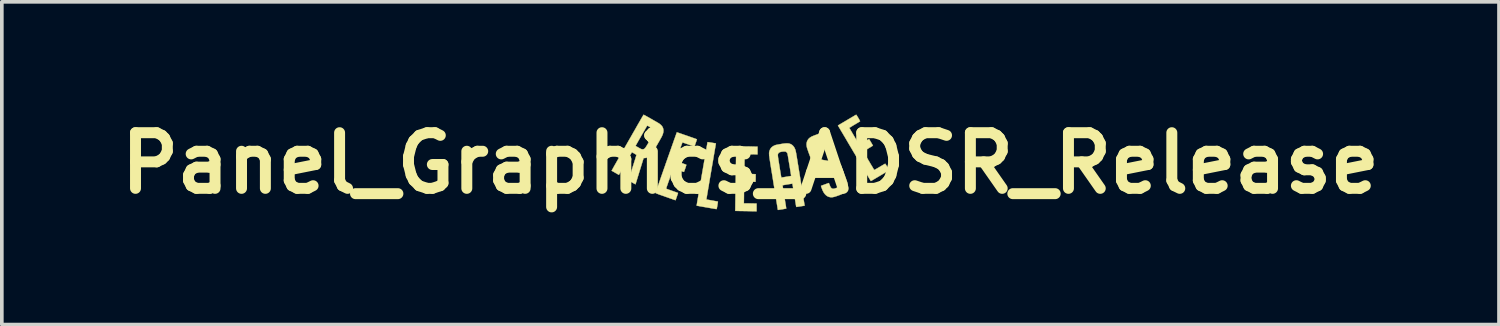
<source format=kicad_pcb>
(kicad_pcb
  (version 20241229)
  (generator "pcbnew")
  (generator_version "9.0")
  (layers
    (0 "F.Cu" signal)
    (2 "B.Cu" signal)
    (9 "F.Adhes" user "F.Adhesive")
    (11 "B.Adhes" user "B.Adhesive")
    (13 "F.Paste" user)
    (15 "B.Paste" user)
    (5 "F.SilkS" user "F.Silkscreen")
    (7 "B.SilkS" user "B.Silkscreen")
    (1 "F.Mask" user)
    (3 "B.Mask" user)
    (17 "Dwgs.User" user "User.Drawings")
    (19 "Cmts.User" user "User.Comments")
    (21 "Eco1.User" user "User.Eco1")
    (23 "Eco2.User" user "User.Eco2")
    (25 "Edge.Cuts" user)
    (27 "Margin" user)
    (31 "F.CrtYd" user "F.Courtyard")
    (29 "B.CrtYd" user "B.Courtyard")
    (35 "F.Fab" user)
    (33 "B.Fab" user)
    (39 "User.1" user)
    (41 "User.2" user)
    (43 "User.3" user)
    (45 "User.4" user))
  (footprint "Panel_Graphics_ADSR_Release"
    (layer "F.Cu")
    (at 17.497 1.418)
    (property "Reference" "Panel_Graphics_ADSR_Release" (at 0 0 0) (layer "F.SilkS") (effects (font (size 1.524 1.524) (thickness 0.3))))
    (attr through_hole)
    (fp_poly (pts (xy -0.21 -0.46) (xy -0.167 -0.459) (xy -0.121 -0.458) (xy -0.074 -0.458) (xy -0.028 -0.457) (xy 0.014 -0.456) (xy 0.052 -0.455) (xy 0.079 -0.454) (xy 0.195 -0.452) (xy 0.195 -0.242) (xy 0.02 -0.244) (xy -0.155 -0.247) (xy -0.158 -0.175) (xy -0.159 -0.156) (xy -0.159 -0.129) (xy -0.16 -0.097) (xy -0.161 -0.059) (xy -0.162 -0.019) (xy -0.162 0.024) (xy -0.163 0.068) (xy -0.164 0.096) (xy -0.166 0.296) (xy -0.059 0.296) (xy -0.026 0.296) (xy 0.007 0.297) (xy 0.038 0.297) (xy 0.065 0.298) (xy 0.087 0.299) (xy 0.096 0.299) (xy 0.144 0.302) (xy 0.144 0.375) (xy 0.144 0.401) (xy 0.143 0.428) (xy 0.143 0.452) (xy 0.142 0.471) (xy 0.141 0.479) (xy 0.139 0.511) (xy 0.079 0.509) (xy 0.056 0.509) (xy 0.026 0.508) (xy -0.007 0.508) (xy -0.04 0.507) (xy -0.073 0.507) (xy -0.075 0.507) (xy -0.168 0.505) (xy -0.171 0.58) (xy -0.171 0.599) (xy -0.172 0.625) (xy -0.173 0.658) (xy -0.173 0.695) (xy -0.174 0.737) (xy -0.175 0.781) (xy -0.176 0.826) (xy -0.176 0.872) (xy -0.176 0.877) (xy -0.179 1.101) (xy -0.11 1.101) (xy -0.084 1.101) (xy -0.053 1.101) (xy -0.018 1.102) (xy 0.018 1.102) (xy 0.053 1.103) (xy 0.065 1.103) (xy 0.169 1.106) (xy 0.169 1.317) (xy 0.12 1.316) (xy 0.106 1.316) (xy 0.085 1.315) (xy 0.057 1.315) (xy 0.024 1.314) (xy -0.014 1.314) (xy -0.055 1.313) (xy -0.099 1.312) (xy -0.145 1.312) (xy -0.171 1.311) (xy -0.216 1.31) (xy -0.258 1.31) (xy -0.296 1.309) (xy -0.33 1.308) (xy -0.36 1.307) (xy -0.384 1.307) (xy -0.401 1.306) (xy -0.412 1.306) (xy -0.415 1.305) (xy -0.415 1.301) (xy -0.415 1.289) (xy -0.415 1.269) (xy -0.414 1.242) (xy -0.414 1.209) (xy -0.413 1.169) (xy -0.413 1.124) (xy -0.412 1.074) (xy -0.411 1.019) (xy -0.411 0.96) (xy -0.41 0.898) (xy -0.409 0.832) (xy -0.408 0.764) (xy -0.407 0.693) (xy -0.406 0.621) (xy -0.404 0.547) (xy -0.403 0.473) (xy -0.402 0.398) (xy -0.401 0.324) (xy -0.4 0.25) (xy -0.398 0.177) (xy -0.397 0.106) (xy -0.396 0.038) (xy -0.395 -0.029) (xy -0.394 -0.092) (xy -0.393 -0.151) (xy -0.392 -0.207) (xy -0.391 -0.258) (xy -0.39 -0.304) (xy -0.389 -0.345) (xy -0.389 -0.379) (xy -0.388 -0.407) (xy -0.387 -0.429) (xy -0.387 -0.442) (xy -0.387 -0.448) (xy -0.387 -0.448) (xy -0.385 -0.463) (xy -0.21 -0.46)) (stroke (width 0.01) (type solid)) (fill yes) (layer "F.SilkS"))
    (fp_poly (pts (xy -1.169 -0.576) (xy -1.157 -0.575) (xy -1.14 -0.573) (xy -1.118 -0.57) (xy -1.094 -0.566) (xy -1.068 -0.562) (xy -1.041 -0.557) (xy -1.015 -0.553) (xy -0.991 -0.549) (xy -0.971 -0.546) (xy -0.956 -0.543) (xy -0.947 -0.541) (xy -0.945 -0.54) (xy -0.946 -0.536) (xy -0.948 -0.524) (xy -0.951 -0.504) (xy -0.956 -0.478) (xy -0.961 -0.444) (xy -0.968 -0.404) (xy -0.976 -0.359) (xy -0.985 -0.308) (xy -0.994 -0.252) (xy -1.005 -0.191) (xy -1.016 -0.126) (xy -1.027 -0.057) (xy -1.04 0.015) (xy -1.053 0.09) (xy -1.066 0.167) (xy -1.076 0.226) (xy -1.09 0.305) (xy -1.103 0.382) (xy -1.116 0.456) (xy -1.128 0.528) (xy -1.139 0.596) (xy -1.15 0.659) (xy -1.16 0.719) (xy -1.169 0.774) (xy -1.178 0.824) (xy -1.185 0.868) (xy -1.191 0.906) (xy -1.197 0.938) (xy -1.201 0.963) (xy -1.203 0.981) (xy -1.205 0.991) (xy -1.205 0.993) (xy -1.2 0.995) (xy -1.188 0.997) (xy -1.17 1.001) (xy -1.146 1.005) (xy -1.117 1.01) (xy -1.085 1.016) (xy -1.05 1.022) (xy -1.047 1.023) (xy -1.012 1.029) (xy -0.98 1.035) (xy -0.951 1.04) (xy -0.926 1.044) (xy -0.908 1.048) (xy -0.895 1.05) (xy -0.89 1.052) (xy -0.89 1.052) (xy -0.89 1.056) (xy -0.891 1.068) (xy -0.894 1.085) (xy -0.897 1.107) (xy -0.901 1.132) (xy -0.901 1.133) (xy -0.907 1.169) (xy -0.912 1.197) (xy -0.916 1.218) (xy -0.919 1.234) (xy -0.921 1.244) (xy -0.924 1.251) (xy -0.926 1.255) (xy -0.928 1.257) (xy -0.93 1.257) (xy -0.931 1.257) (xy -0.936 1.256) (xy -0.949 1.254) (xy -0.969 1.251) (xy -0.995 1.246) (xy -1.026 1.241) (xy -1.062 1.235) (xy -1.102 1.228) (xy -1.146 1.22) (xy -1.192 1.212) (xy -1.204 1.21) (xy -1.25 1.202) (xy -1.294 1.195) (xy -1.335 1.187) (xy -1.372 1.181) (xy -1.404 1.175) (xy -1.43 1.17) (xy -1.451 1.167) (xy -1.465 1.164) (xy -1.472 1.163) (xy -1.472 1.163) (xy -1.471 1.158) (xy -1.47 1.146) (xy -1.466 1.127) (xy -1.462 1.1) (xy -1.457 1.067) (xy -1.45 1.028) (xy -1.443 0.984) (xy -1.434 0.934) (xy -1.425 0.88) (xy -1.415 0.822) (xy -1.405 0.761) (xy -1.393 0.696) (xy -1.382 0.628) (xy -1.37 0.559) (xy -1.358 0.487) (xy -1.345 0.414) (xy -1.333 0.341) (xy -1.32 0.267) (xy -1.307 0.194) (xy -1.295 0.121) (xy -1.282 0.049) (xy -1.27 -0.022) (xy -1.258 -0.09) (xy -1.247 -0.156) (xy -1.236 -0.218) (xy -1.226 -0.277) (xy -1.216 -0.333) (xy -1.207 -0.384) (xy -1.199 -0.43) (xy -1.192 -0.47) (xy -1.186 -0.505) (xy -1.181 -0.533) (xy -1.177 -0.555) (xy -1.175 -0.569) (xy -1.173 -0.576) (xy -1.173 -0.577) (xy -1.169 -0.576)) (stroke (width 0.01) (type solid)) (fill yes) (layer "F.SilkS"))
    (fp_poly (pts (xy 2.9 -1.323) (xy 2.904 -1.318) (xy 2.911 -1.309) (xy 2.919 -1.295) (xy 2.931 -1.276) (xy 2.946 -1.251) (xy 2.953 -1.24) (xy 2.967 -1.215) (xy 2.98 -1.193) (xy 2.99 -1.173) (xy 2.998 -1.159) (xy 3.002 -1.15) (xy 3.003 -1.147) (xy 2.998 -1.144) (xy 2.988 -1.137) (xy 2.971 -1.127) (xy 2.95 -1.114) (xy 2.924 -1.099) (xy 2.896 -1.082) (xy 2.864 -1.063) (xy 2.853 -1.057) (xy 2.821 -1.038) (xy 2.792 -1.02) (xy 2.766 -1.004) (xy 2.744 -0.99) (xy 2.726 -0.979) (xy 2.714 -0.971) (xy 2.708 -0.967) (xy 2.708 -0.967) (xy 2.71 -0.962) (xy 2.716 -0.952) (xy 2.726 -0.935) (xy 2.738 -0.914) (xy 2.753 -0.888) (xy 2.771 -0.859) (xy 2.789 -0.827) (xy 2.809 -0.793) (xy 2.83 -0.758) (xy 2.851 -0.722) (xy 2.872 -0.687) (xy 2.892 -0.653) (xy 2.912 -0.62) (xy 2.929 -0.591) (xy 2.945 -0.564) (xy 2.958 -0.542) (xy 2.969 -0.524) (xy 2.976 -0.513) (xy 2.98 -0.507) (xy 2.98 -0.507) (xy 2.984 -0.508) (xy 2.995 -0.513) (xy 3.011 -0.522) (xy 3.032 -0.534) (xy 3.057 -0.548) (xy 3.085 -0.564) (xy 3.115 -0.582) (xy 3.116 -0.582) (xy 3.146 -0.6) (xy 3.174 -0.616) (xy 3.199 -0.631) (xy 3.219 -0.643) (xy 3.235 -0.652) (xy 3.246 -0.658) (xy 3.249 -0.659) (xy 3.249 -0.659) (xy 3.252 -0.655) (xy 3.258 -0.645) (xy 3.267 -0.63) (xy 3.278 -0.612) (xy 3.291 -0.591) (xy 3.304 -0.569) (xy 3.316 -0.547) (xy 3.329 -0.526) (xy 3.339 -0.508) (xy 3.347 -0.494) (xy 3.353 -0.485) (xy 3.354 -0.482) (xy 3.351 -0.479) (xy 3.341 -0.473) (xy 3.326 -0.463) (xy 3.305 -0.45) (xy 3.281 -0.435) (xy 3.253 -0.419) (xy 3.226 -0.403) (xy 3.196 -0.385) (xy 3.169 -0.368) (xy 3.144 -0.354) (xy 3.123 -0.341) (xy 3.107 -0.331) (xy 3.097 -0.325) (xy 3.094 -0.323) (xy 3.095 -0.318) (xy 3.101 -0.307) (xy 3.11 -0.289) (xy 3.123 -0.266) (xy 3.14 -0.236) (xy 3.16 -0.201) (xy 3.183 -0.161) (xy 3.209 -0.117) (xy 3.238 -0.068) (xy 3.239 -0.067) (xy 3.264 -0.025) (xy 3.287 0.015) (xy 3.309 0.052) (xy 3.33 0.086) (xy 3.348 0.116) (xy 3.363 0.142) (xy 3.375 0.162) (xy 3.384 0.177) (xy 3.389 0.185) (xy 3.39 0.187) (xy 3.394 0.185) (xy 3.405 0.18) (xy 3.421 0.171) (xy 3.442 0.159) (xy 3.468 0.145) (xy 3.496 0.128) (xy 3.528 0.11) (xy 3.539 0.103) (xy 3.571 0.084) (xy 3.601 0.066) (xy 3.628 0.05) (xy 3.651 0.037) (xy 3.669 0.026) (xy 3.682 0.019) (xy 3.689 0.015) (xy 3.689 0.014) (xy 3.693 0.017) (xy 3.7 0.026) (xy 3.709 0.039) (xy 3.715 0.05) (xy 3.726 0.068) (xy 3.739 0.09) (xy 3.754 0.115) (xy 3.768 0.138) (xy 3.769 0.14) (xy 3.8 0.193) (xy 3.624 0.297) (xy 3.586 0.32) (xy 3.547 0.343) (xy 3.509 0.366) (xy 3.472 0.387) (xy 3.439 0.407) (xy 3.41 0.424) (xy 3.386 0.438) (xy 3.373 0.446) (xy 3.298 0.49) (xy 3.284 0.466) (xy 3.28 0.46) (xy 3.272 0.447) (xy 3.261 0.428) (xy 3.245 0.402) (xy 3.227 0.371) (xy 3.205 0.334) (xy 3.18 0.292) (xy 3.152 0.245) (xy 3.122 0.194) (xy 3.09 0.139) (xy 3.055 0.08) (xy 3.018 0.018) (xy 2.98 -0.046) (xy 2.94 -0.114) (xy 2.899 -0.183) (xy 2.858 -0.254) (xy 2.815 -0.325) (xy 2.774 -0.395) (xy 2.734 -0.463) (xy 2.695 -0.528) (xy 2.658 -0.591) (xy 2.623 -0.651) (xy 2.59 -0.707) (xy 2.559 -0.759) (xy 2.531 -0.807) (xy 2.505 -0.85) (xy 2.482 -0.889) (xy 2.463 -0.921) (xy 2.447 -0.949) (xy 2.434 -0.969) (xy 2.426 -0.984) (xy 2.421 -0.991) (xy 2.397 -1.032) (xy 2.639 -1.175) (xy 2.68 -1.2) (xy 2.72 -1.223) (xy 2.757 -1.245) (xy 2.791 -1.265) (xy 2.821 -1.283) (xy 2.846 -1.298) (xy 2.866 -1.31) (xy 2.881 -1.318) (xy 2.889 -1.323) (xy 2.89 -1.324) (xy 2.893 -1.325) (xy 2.896 -1.326) (xy 2.9 -1.323)) (stroke (width 0.01) (type solid)) (fill yes) (layer "F.SilkS"))
    (fp_poly (pts (xy -2.01 -0.844) (xy -1.998 -0.84) (xy -1.981 -0.834) (xy -1.957 -0.827) (xy -1.929 -0.817) (xy -1.897 -0.806) (xy -1.862 -0.794) (xy -1.824 -0.78) (xy -1.784 -0.767) (xy -1.744 -0.753) (xy -1.703 -0.739) (xy -1.664 -0.725) (xy -1.625 -0.711) (xy -1.589 -0.699) (xy -1.556 -0.687) (xy -1.527 -0.677) (xy -1.503 -0.668) (xy -1.484 -0.661) (xy -1.471 -0.656) (xy -1.466 -0.654) (xy -1.465 -0.654) (xy -1.466 -0.65) (xy -1.47 -0.639) (xy -1.475 -0.623) (xy -1.481 -0.603) (xy -1.489 -0.58) (xy -1.498 -0.556) (xy -1.506 -0.532) (xy -1.514 -0.509) (xy -1.521 -0.489) (xy -1.527 -0.474) (xy -1.531 -0.463) (xy -1.533 -0.46) (xy -1.538 -0.46) (xy -1.549 -0.463) (xy -1.567 -0.469) (xy -1.591 -0.476) (xy -1.619 -0.486) (xy -1.65 -0.496) (xy -1.685 -0.508) (xy -1.694 -0.511) (xy -1.729 -0.524) (xy -1.762 -0.535) (xy -1.791 -0.545) (xy -1.816 -0.554) (xy -1.836 -0.561) (xy -1.85 -0.566) (xy -1.858 -0.568) (xy -1.858 -0.568) (xy -1.86 -0.566) (xy -1.864 -0.56) (xy -1.869 -0.548) (xy -1.876 -0.531) (xy -1.885 -0.508) (xy -1.895 -0.479) (xy -1.908 -0.443) (xy -1.924 -0.401) (xy -1.942 -0.351) (xy -1.954 -0.315) (xy -1.97 -0.271) (xy -1.984 -0.229) (xy -1.998 -0.191) (xy -2.01 -0.156) (xy -2.021 -0.125) (xy -2.03 -0.1) (xy -2.036 -0.08) (xy -2.041 -0.067) (xy -2.043 -0.061) (xy -2.043 -0.06) (xy -2.039 -0.059) (xy -2.028 -0.055) (xy -2.01 -0.048) (xy -1.988 -0.04) (xy -1.961 -0.031) (xy -1.93 -0.02) (xy -1.899 -0.009) (xy -1.866 0.003) (xy -1.836 0.013) (xy -1.809 0.023) (xy -1.786 0.031) (xy -1.769 0.038) (xy -1.758 0.042) (xy -1.754 0.044) (xy -1.755 0.048) (xy -1.758 0.059) (xy -1.763 0.076) (xy -1.769 0.096) (xy -1.777 0.119) (xy -1.785 0.143) (xy -1.793 0.167) (xy -1.801 0.189) (xy -1.808 0.209) (xy -1.814 0.225) (xy -1.818 0.235) (xy -1.82 0.238) (xy -1.825 0.238) (xy -1.836 0.234) (xy -1.854 0.229) (xy -1.877 0.221) (xy -1.904 0.212) (xy -1.935 0.202) (xy -1.968 0.19) (xy -2.001 0.179) (xy -2.032 0.168) (xy -2.059 0.159) (xy -2.082 0.151) (xy -2.099 0.145) (xy -2.11 0.142) (xy -2.114 0.141) (xy -2.114 0.141) (xy -2.116 0.145) (xy -2.12 0.156) (xy -2.126 0.174) (xy -2.135 0.197) (xy -2.145 0.226) (xy -2.156 0.258) (xy -2.168 0.294) (xy -2.182 0.332) (xy -2.196 0.371) (xy -2.21 0.412) (xy -2.224 0.453) (xy -2.238 0.493) (xy -2.252 0.531) (xy -2.264 0.568) (xy -2.276 0.601) (xy -2.286 0.63) (xy -2.295 0.655) (xy -2.301 0.674) (xy -2.306 0.687) (xy -2.308 0.694) (xy -2.308 0.694) (xy -2.306 0.696) (xy -2.298 0.701) (xy -2.284 0.707) (xy -2.264 0.715) (xy -2.237 0.725) (xy -2.202 0.737) (xy -2.161 0.752) (xy -2.146 0.757) (xy -2.111 0.769) (xy -2.078 0.781) (xy -2.049 0.791) (xy -2.024 0.8) (xy -2.004 0.807) (xy -1.99 0.812) (xy -1.983 0.815) (xy -1.982 0.815) (xy -1.983 0.819) (xy -1.986 0.83) (xy -1.991 0.846) (xy -1.998 0.866) (xy -2.006 0.889) (xy -2.014 0.913) (xy -2.023 0.937) (xy -2.031 0.961) (xy -2.038 0.981) (xy -2.044 0.998) (xy -2.048 1.009) (xy -2.05 1.014) (xy -2.05 1.014) (xy -2.054 1.013) (xy -2.066 1.009) (xy -2.084 1.003) (xy -2.108 0.995) (xy -2.137 0.984) (xy -2.171 0.972) (xy -2.21 0.959) (xy -2.251 0.944) (xy -2.296 0.928) (xy -2.324 0.919) (xy -2.378 0.899) (xy -2.425 0.883) (xy -2.465 0.869) (xy -2.498 0.857) (xy -2.526 0.847) (xy -2.548 0.838) (xy -2.565 0.832) (xy -2.578 0.826) (xy -2.587 0.822) (xy -2.593 0.819) (xy -2.596 0.816) (xy -2.597 0.814) (xy -2.597 0.814) (xy -2.595 0.81) (xy -2.591 0.798) (xy -2.585 0.779) (xy -2.576 0.753) (xy -2.565 0.721) (xy -2.552 0.683) (xy -2.537 0.64) (xy -2.52 0.593) (xy -2.502 0.541) (xy -2.482 0.485) (xy -2.462 0.426) (xy -2.44 0.363) (xy -2.417 0.298) (xy -2.394 0.232) (xy -2.37 0.163) (xy -2.345 0.094) (xy -2.321 0.023) (xy -2.296 -0.047) (xy -2.271 -0.118) (xy -2.247 -0.187) (xy -2.222 -0.256) (xy -2.199 -0.323) (xy -2.176 -0.388) (xy -2.154 -0.451) (xy -2.133 -0.51) (xy -2.113 -0.566) (xy -2.095 -0.619) (xy -2.078 -0.667) (xy -2.062 -0.71) (xy -2.049 -0.748) (xy -2.037 -0.781) (xy -2.028 -0.807) (xy -2.021 -0.827) (xy -2.016 -0.84) (xy -2.014 -0.845) (xy -2.014 -0.845) (xy -2.01 -0.844)) (stroke (width 0.01) (type solid)) (fill yes) (layer "F.SilkS"))
    (fp_poly (pts (xy 2.02 -0.824) (xy 2.062 -0.814) (xy 2.1 -0.797) (xy 2.135 -0.772) (xy 2.166 -0.739) (xy 2.186 -0.712) (xy 2.195 -0.698) (xy 2.203 -0.685) (xy 2.21 -0.671) (xy 2.217 -0.656) (xy 2.225 -0.637) (xy 2.234 -0.615) (xy 2.245 -0.587) (xy 2.258 -0.553) (xy 2.26 -0.546) (xy 2.293 -0.455) (xy 2.186 -0.416) (xy 2.157 -0.405) (xy 2.131 -0.396) (xy 2.109 -0.389) (xy 2.091 -0.383) (xy 2.079 -0.38) (xy 2.074 -0.379) (xy 2.074 -0.38) (xy 2.072 -0.384) (xy 2.067 -0.396) (xy 2.061 -0.413) (xy 2.053 -0.434) (xy 2.045 -0.455) (xy 2.034 -0.486) (xy 2.024 -0.51) (xy 2.017 -0.528) (xy 2.01 -0.542) (xy 2.004 -0.553) (xy 1.997 -0.561) (xy 1.99 -0.569) (xy 1.985 -0.573) (xy 1.967 -0.585) (xy 1.947 -0.591) (xy 1.925 -0.592) (xy 1.898 -0.587) (xy 1.866 -0.577) (xy 1.864 -0.576) (xy 1.836 -0.564) (xy 1.815 -0.552) (xy 1.8 -0.539) (xy 1.791 -0.524) (xy 1.788 -0.519) (xy 1.785 -0.509) (xy 1.783 -0.499) (xy 1.782 -0.488) (xy 1.783 -0.475) (xy 1.786 -0.46) (xy 1.791 -0.441) (xy 1.798 -0.418) (xy 1.807 -0.391) (xy 1.819 -0.357) (xy 1.834 -0.316) (xy 1.84 -0.298) (xy 1.856 -0.256) (xy 1.87 -0.22) (xy 1.881 -0.191) (xy 1.89 -0.167) (xy 1.898 -0.149) (xy 1.904 -0.135) (xy 1.909 -0.125) (xy 1.914 -0.118) (xy 1.918 -0.112) (xy 1.922 -0.109) (xy 1.924 -0.108) (xy 1.933 -0.103) (xy 1.944 -0.099) (xy 1.961 -0.094) (xy 1.981 -0.089) (xy 2.008 -0.084) (xy 2.04 -0.079) (xy 2.08 -0.072) (xy 2.127 -0.065) (xy 2.141 -0.063) (xy 2.199 -0.055) (xy 2.249 -0.047) (xy 2.292 -0.04) (xy 2.329 -0.033) (xy 2.36 -0.026) (xy 2.385 -0.018) (xy 2.407 -0.01) (xy 2.424 -0.002) (xy 2.439 0.008) (xy 2.451 0.019) (xy 2.461 0.031) (xy 2.47 0.046) (xy 2.479 0.062) (xy 2.48 0.064) (xy 2.485 0.076) (xy 2.493 0.095) (xy 2.503 0.119) (xy 2.514 0.149) (xy 2.527 0.182) (xy 2.541 0.219) (xy 2.555 0.258) (xy 2.57 0.298) (xy 2.585 0.338) (xy 2.599 0.377) (xy 2.612 0.414) (xy 2.625 0.448) (xy 2.635 0.479) (xy 2.644 0.504) (xy 2.651 0.524) (xy 2.655 0.537) (xy 2.655 0.538) (xy 2.664 0.588) (xy 2.666 0.635) (xy 2.66 0.679) (xy 2.646 0.719) (xy 2.625 0.755) (xy 2.596 0.788) (xy 2.559 0.817) (xy 2.515 0.842) (xy 2.509 0.845) (xy 2.49 0.852) (xy 2.467 0.862) (xy 2.439 0.873) (xy 2.409 0.884) (xy 2.378 0.895) (xy 2.349 0.905) (xy 2.323 0.913) (xy 2.302 0.92) (xy 2.29 0.923) (xy 2.248 0.931) (xy 2.21 0.933) (xy 2.189 0.931) (xy 2.147 0.922) (xy 2.109 0.905) (xy 2.073 0.88) (xy 2.04 0.847) (xy 2.01 0.807) (xy 1.988 0.766) (xy 1.981 0.752) (xy 1.973 0.735) (xy 1.965 0.714) (xy 1.957 0.693) (xy 1.949 0.672) (xy 1.942 0.653) (xy 1.937 0.637) (xy 1.934 0.626) (xy 1.934 0.622) (xy 1.939 0.62) (xy 1.95 0.615) (xy 1.967 0.608) (xy 1.989 0.6) (xy 2.015 0.591) (xy 2.038 0.582) (xy 2.066 0.572) (xy 2.091 0.563) (xy 2.113 0.555) (xy 2.13 0.549) (xy 2.141 0.545) (xy 2.145 0.543) (xy 2.148 0.546) (xy 2.153 0.556) (xy 2.16 0.571) (xy 2.165 0.585) (xy 2.177 0.615) (xy 2.186 0.638) (xy 2.195 0.655) (xy 2.204 0.668) (xy 2.213 0.678) (xy 2.216 0.681) (xy 2.237 0.695) (xy 2.261 0.701) (xy 2.288 0.699) (xy 2.29 0.699) (xy 2.309 0.694) (xy 2.33 0.687) (xy 2.352 0.679) (xy 2.371 0.671) (xy 2.386 0.663) (xy 2.391 0.66) (xy 2.408 0.643) (xy 2.418 0.622) (xy 2.421 0.597) (xy 2.418 0.568) (xy 2.409 0.537) (xy 2.402 0.517) (xy 2.393 0.491) (xy 2.383 0.463) (xy 2.371 0.432) (xy 2.36 0.4) (xy 2.348 0.368) (xy 2.336 0.338) (xy 2.326 0.309) (xy 2.316 0.285) (xy 2.308 0.265) (xy 2.303 0.25) (xy 2.299 0.243) (xy 2.295 0.234) (xy 2.29 0.226) (xy 2.284 0.219) (xy 2.277 0.213) (xy 2.267 0.208) (xy 2.255 0.203) (xy 2.239 0.198) (xy 2.219 0.193) (xy 2.194 0.188) (xy 2.164 0.182) (xy 2.126 0.176) (xy 2.082 0.169) (xy 2.036 0.161) (xy 1.999 0.155) (xy 1.962 0.149) (xy 1.928 0.143) (xy 1.898 0.138) (xy 1.872 0.133) (xy 1.852 0.129) (xy 1.84 0.126) (xy 1.805 0.115) (xy 1.776 0.099) (xy 1.752 0.078) (xy 1.738 0.061) (xy 1.732 0.052) (xy 1.725 0.042) (xy 1.719 0.031) (xy 1.712 0.017) (xy 1.704 -0.000405) (xy 1.696 -0.022) (xy 1.685 -0.047) (xy 1.673 -0.079) (xy 1.659 -0.116) (xy 1.643 -0.16) (xy 1.634 -0.185) (xy 1.616 -0.234) (xy 1.6 -0.276) (xy 1.587 -0.312) (xy 1.577 -0.342) (xy 1.568 -0.368) (xy 1.561 -0.389) (xy 1.555 -0.406) (xy 1.551 -0.421) (xy 1.547 -0.434) (xy 1.545 -0.445) (xy 1.543 -0.453) (xy 1.537 -0.503) (xy 1.539 -0.548) (xy 1.549 -0.59) (xy 1.566 -0.628) (xy 1.59 -0.663) (xy 1.622 -0.693) (xy 1.662 -0.72) (xy 1.69 -0.734) (xy 1.709 -0.742) (xy 1.733 -0.752) (xy 1.761 -0.763) (xy 1.791 -0.774) (xy 1.822 -0.785) (xy 1.852 -0.796) (xy 1.88 -0.805) (xy 1.903 -0.812) (xy 1.921 -0.817) (xy 1.927 -0.819) (xy 1.975 -0.825) (xy 2.02 -0.824)) (stroke (width 0.01) (type solid)) (fill yes) (layer "F.SilkS"))
    (fp_poly (pts (xy -2.921 -1.325) (xy -2.911 -1.32) (xy -2.894 -1.311) (xy -2.873 -1.3) (xy -2.847 -1.286) (xy -2.818 -1.269) (xy -2.786 -1.252) (xy -2.753 -1.233) (xy -2.718 -1.213) (xy -2.683 -1.193) (xy -2.649 -1.173) (xy -2.616 -1.154) (xy -2.584 -1.136) (xy -2.556 -1.12) (xy -2.531 -1.105) (xy -2.511 -1.093) (xy -2.495 -1.083) (xy -2.487 -1.077) (xy -2.462 -1.057) (xy -2.438 -1.034) (xy -2.419 -1.011) (xy -2.412 -1.001) (xy -2.394 -0.965) (xy -2.384 -0.926) (xy -2.381 -0.885) (xy -2.386 -0.841) (xy -2.399 -0.794) (xy -2.42 -0.743) (xy -2.44 -0.705) (xy -2.454 -0.679) (xy -2.471 -0.65) (xy -2.489 -0.617) (xy -2.51 -0.581) (xy -2.531 -0.545) (xy -2.552 -0.507) (xy -2.574 -0.47) (xy -2.595 -0.433) (xy -2.616 -0.398) (xy -2.635 -0.366) (xy -2.652 -0.337) (xy -2.666 -0.312) (xy -2.678 -0.292) (xy -2.687 -0.278) (xy -2.692 -0.271) (xy -2.718 -0.237) (xy -2.748 -0.208) (xy -2.778 -0.183) (xy -2.806 -0.166) (xy -2.829 -0.156) (xy -2.853 -0.148) (xy -2.876 -0.143) (xy -2.896 -0.14) (xy -2.911 -0.141) (xy -2.919 -0.142) (xy -2.925 -0.136) (xy -2.925 -0.135) (xy -2.927 -0.129) (xy -2.931 -0.116) (xy -2.938 -0.096) (xy -2.946 -0.07) (xy -2.956 -0.039) (xy -2.967 -0.002) (xy -2.98 0.04) (xy -2.994 0.085) (xy -3.009 0.133) (xy -3.025 0.184) (xy -3.038 0.226) (xy -3.054 0.279) (xy -3.069 0.329) (xy -3.084 0.376) (xy -3.097 0.42) (xy -3.11 0.46) (xy -3.12 0.495) (xy -3.13 0.524) (xy -3.137 0.548) (xy -3.142 0.565) (xy -3.146 0.576) (xy -3.147 0.578) (xy -3.15 0.577) (xy -3.161 0.571) (xy -3.176 0.563) (xy -3.196 0.552) (xy -3.219 0.538) (xy -3.242 0.526) (xy -3.271 0.509) (xy -3.293 0.496) (xy -3.31 0.486) (xy -3.321 0.479) (xy -3.329 0.473) (xy -3.333 0.469) (xy -3.334 0.466) (xy -3.334 0.462) (xy -3.334 0.461) (xy -3.333 0.456) (xy -3.329 0.443) (xy -3.323 0.423) (xy -3.314 0.397) (xy -3.305 0.365) (xy -3.293 0.328) (xy -3.28 0.287) (xy -3.266 0.243) (xy -3.251 0.195) (xy -3.235 0.144) (xy -3.226 0.115) (xy -3.21 0.064) (xy -3.194 0.014) (xy -3.18 -0.032) (xy -3.166 -0.075) (xy -3.154 -0.113) (xy -3.144 -0.147) (xy -3.135 -0.176) (xy -3.128 -0.199) (xy -3.123 -0.215) (xy -3.121 -0.224) (xy -3.12 -0.226) (xy -3.124 -0.229) (xy -3.133 -0.235) (xy -3.147 -0.244) (xy -3.163 -0.255) (xy -3.182 -0.265) (xy -3.2 -0.276) (xy -3.217 -0.286) (xy -3.231 -0.293) (xy -3.241 -0.298) (xy -3.245 -0.299) (xy -3.248 -0.296) (xy -3.254 -0.285) (xy -3.264 -0.268) (xy -3.277 -0.245) (xy -3.292 -0.218) (xy -3.311 -0.185) (xy -3.332 -0.149) (xy -3.355 -0.109) (xy -3.38 -0.065) (xy -3.406 -0.02) (xy -3.424 0.011) (xy -3.601 0.32) (xy -3.698 0.264) (xy -3.724 0.249) (xy -3.748 0.235) (xy -3.768 0.224) (xy -3.784 0.215) (xy -3.795 0.209) (xy -3.799 0.206) (xy -3.797 0.203) (xy -3.792 0.192) (xy -3.782 0.175) (xy -3.769 0.152) (xy -3.753 0.123) (xy -3.734 0.088) (xy -3.712 0.049) (xy -3.687 0.006) (xy -3.66 -0.042) (xy -3.631 -0.093) (xy -3.6 -0.147) (xy -3.568 -0.204) (xy -3.534 -0.264) (xy -3.499 -0.325) (xy -3.463 -0.388) (xy -3.427 -0.452) (xy -3.415 -0.473) (xy -3.145 -0.473) (xy -3.14 -0.47) (xy -3.13 -0.464) (xy -3.115 -0.455) (xy -3.097 -0.445) (xy -3.077 -0.434) (xy -3.057 -0.422) (xy -3.038 -0.412) (xy -3.021 -0.402) (xy -3.009 -0.396) (xy -3.002 -0.392) (xy -2.985 -0.385) (xy -2.966 -0.381) (xy -2.948 -0.379) (xy -2.938 -0.38) (xy -2.927 -0.383) (xy -2.914 -0.389) (xy -2.912 -0.39) (xy -2.904 -0.394) (xy -2.896 -0.401) (xy -2.887 -0.409) (xy -2.878 -0.42) (xy -2.867 -0.435) (xy -2.855 -0.454) (xy -2.84 -0.477) (xy -2.823 -0.505) (xy -2.803 -0.539) (xy -2.779 -0.58) (xy -2.76 -0.614) (xy -2.735 -0.657) (xy -2.714 -0.693) (xy -2.697 -0.724) (xy -2.683 -0.748) (xy -2.672 -0.768) (xy -2.663 -0.784) (xy -2.656 -0.797) (xy -2.651 -0.807) (xy -2.648 -0.815) (xy -2.645 -0.822) (xy -2.643 -0.828) (xy -2.641 -0.834) (xy -2.64 -0.84) (xy -2.639 -0.841) (xy -2.635 -0.869) (xy -2.638 -0.894) (xy -2.649 -0.916) (xy -2.662 -0.931) (xy -2.671 -0.938) (xy -2.685 -0.948) (xy -2.703 -0.96) (xy -2.724 -0.973) (xy -2.745 -0.986) (xy -2.767 -0.998) (xy -2.787 -1.01) (xy -2.804 -1.019) (xy -2.817 -1.025) (xy -2.825 -1.027) (xy -2.826 -1.027) (xy -2.828 -1.023) (xy -2.835 -1.013) (xy -2.845 -0.997) (xy -2.858 -0.975) (xy -2.873 -0.949) (xy -2.89 -0.919) (xy -2.91 -0.885) (xy -2.931 -0.85) (xy -2.952 -0.812) (xy -2.975 -0.774) (xy -2.997 -0.735) (xy -3.019 -0.696) (xy -3.041 -0.658) (xy -3.062 -0.622) (xy -3.081 -0.588) (xy -3.098 -0.557) (xy -3.114 -0.53) (xy -3.126 -0.507) (xy -3.136 -0.49) (xy -3.142 -0.478) (xy -3.145 -0.473) (xy -3.145 -0.473) (xy -3.415 -0.473) (xy -3.39 -0.517) (xy -3.353 -0.582) (xy -3.316 -0.647) (xy -3.279 -0.711) (xy -3.243 -0.774) (xy -3.208 -0.836) (xy -3.173 -0.896) (xy -3.14 -0.954) (xy -3.109 -1.009) (xy -3.079 -1.062) (xy -3.051 -1.11) (xy -3.025 -1.155) (xy -3.002 -1.196) (xy -2.981 -1.232) (xy -2.963 -1.263) (xy -2.948 -1.288) (xy -2.937 -1.307) (xy -2.929 -1.32) (xy -2.926 -1.326) (xy -2.925 -1.326) (xy -2.921 -1.325)) (stroke (width 0.01) (type solid)) (fill yes) (layer "F.SilkS"))
    (fp_poly (pts (xy 1.026 -0.542) (xy 1.051 -0.539) (xy 1.075 -0.533) (xy 1.096 -0.525) (xy 1.118 -0.514) (xy 1.126 -0.51) (xy 1.156 -0.487) (xy 1.183 -0.457) (xy 1.207 -0.421) (xy 1.226 -0.378) (xy 1.233 -0.357) (xy 1.237 -0.343) (xy 1.242 -0.321) (xy 1.247 -0.295) (xy 1.253 -0.267) (xy 1.258 -0.237) (xy 1.259 -0.23) (xy 1.264 -0.202) (xy 1.27 -0.167) (xy 1.276 -0.126) (xy 1.284 -0.081) (xy 1.292 -0.031) (xy 1.3 0.023) (xy 1.31 0.08) (xy 1.319 0.14) (xy 1.33 0.203) (xy 1.34 0.267) (xy 1.351 0.333) (xy 1.362 0.4) (xy 1.372 0.467) (xy 1.383 0.534) (xy 1.394 0.6) (xy 1.404 0.665) (xy 1.415 0.729) (xy 1.424 0.79) (xy 1.434 0.848) (xy 1.443 0.903) (xy 1.451 0.954) (xy 1.458 1.001) (xy 1.465 1.042) (xy 1.471 1.079) (xy 1.476 1.109) (xy 1.48 1.134) (xy 1.483 1.151) (xy 1.484 1.161) (xy 1.484 1.163) (xy 1.48 1.164) (xy 1.468 1.166) (xy 1.451 1.169) (xy 1.43 1.172) (xy 1.405 1.176) (xy 1.379 1.18) (xy 1.352 1.184) (xy 1.326 1.188) (xy 1.302 1.192) (xy 1.282 1.195) (xy 1.267 1.197) (xy 1.258 1.198) (xy 1.256 1.198) (xy 1.255 1.193) (xy 1.253 1.181) (xy 1.249 1.162) (xy 1.245 1.137) (xy 1.24 1.105) (xy 1.234 1.069) (xy 1.227 1.028) (xy 1.22 0.983) (xy 1.212 0.935) (xy 1.204 0.885) (xy 1.203 0.879) (xy 1.194 0.828) (xy 1.187 0.78) (xy 1.179 0.735) (xy 1.172 0.693) (xy 1.166 0.656) (xy 1.161 0.624) (xy 1.157 0.598) (xy 1.153 0.578) (xy 1.151 0.566) (xy 1.15 0.56) (xy 1.15 0.56) (xy 1.146 0.561) (xy 1.134 0.562) (xy 1.116 0.565) (xy 1.093 0.569) (xy 1.065 0.573) (xy 1.034 0.578) (xy 1.015 0.581) (xy 0.972 0.588) (xy 0.937 0.594) (xy 0.911 0.599) (xy 0.893 0.603) (xy 0.883 0.606) (xy 0.881 0.608) (xy 0.881 0.613) (xy 0.883 0.625) (xy 0.886 0.645) (xy 0.89 0.671) (xy 0.895 0.703) (xy 0.901 0.74) (xy 0.908 0.781) (xy 0.915 0.826) (xy 0.923 0.874) (xy 0.931 0.924) (xy 0.931 0.927) (xy 0.94 0.978) (xy 0.947 1.026) (xy 0.954 1.071) (xy 0.961 1.112) (xy 0.967 1.148) (xy 0.972 1.18) (xy 0.976 1.206) (xy 0.979 1.226) (xy 0.98 1.238) (xy 0.981 1.243) (xy 0.981 1.243) (xy 0.976 1.244) (xy 0.965 1.246) (xy 0.947 1.249) (xy 0.924 1.253) (xy 0.898 1.258) (xy 0.874 1.262) (xy 0.845 1.266) (xy 0.818 1.271) (xy 0.795 1.274) (xy 0.777 1.277) (xy 0.765 1.279) (xy 0.761 1.28) (xy 0.754 1.278) (xy 0.751 1.273) (xy 0.75 1.268) (xy 0.748 1.255) (xy 0.745 1.234) (xy 0.74 1.207) (xy 0.735 1.172) (xy 0.728 1.132) (xy 0.721 1.086) (xy 0.712 1.034) (xy 0.703 0.978) (xy 0.693 0.917) (xy 0.683 0.852) (xy 0.672 0.784) (xy 0.66 0.712) (xy 0.648 0.638) (xy 0.635 0.561) (xy 0.632 0.542) (xy 0.617 0.446) (xy 0.603 0.358) (xy 0.59 0.278) (xy 0.578 0.205) (xy 0.567 0.139) (xy 0.558 0.08) (xy 0.549 0.026) (xy 0.542 -0.022) (xy 0.535 -0.064) (xy 0.53 -0.102) (xy 0.525 -0.135) (xy 0.521 -0.164) (xy 0.518 -0.189) (xy 0.516 -0.211) (xy 0.515 -0.22) (xy 0.75 -0.22) (xy 0.751 -0.209) (xy 0.753 -0.194) (xy 0.755 -0.174) (xy 0.758 -0.149) (xy 0.763 -0.119) (xy 0.768 -0.082) (xy 0.775 -0.039) (xy 0.783 0.011) (xy 0.792 0.069) (xy 0.796 0.091) (xy 0.805 0.149) (xy 0.813 0.198) (xy 0.82 0.241) (xy 0.826 0.277) (xy 0.831 0.306) (xy 0.835 0.331) (xy 0.838 0.35) (xy 0.841 0.365) (xy 0.843 0.376) (xy 0.844 0.384) (xy 0.846 0.389) (xy 0.847 0.392) (xy 0.848 0.393) (xy 0.848 0.394) (xy 0.849 0.394) (xy 0.854 0.393) (xy 0.866 0.391) (xy 0.884 0.388) (xy 0.908 0.385) (xy 0.935 0.38) (xy 0.966 0.375) (xy 0.983 0.372) (xy 1.016 0.367) (xy 1.045 0.362) (xy 1.071 0.358) (xy 1.092 0.354) (xy 1.107 0.352) (xy 1.115 0.35) (xy 1.116 0.35) (xy 1.116 0.346) (xy 1.114 0.334) (xy 1.111 0.315) (xy 1.107 0.291) (xy 1.103 0.261) (xy 1.097 0.227) (xy 1.091 0.189) (xy 1.085 0.149) (xy 1.078 0.107) (xy 1.071 0.063) (xy 1.063 0.02) (xy 1.056 -0.024) (xy 1.049 -0.066) (xy 1.043 -0.106) (xy 1.036 -0.143) (xy 1.031 -0.177) (xy 1.026 -0.206) (xy 1.022 -0.229) (xy 1.019 -0.247) (xy 1.016 -0.258) (xy 1.016 -0.261) (xy 1.005 -0.283) (xy 0.989 -0.302) (xy 0.97 -0.314) (xy 0.967 -0.316) (xy 0.956 -0.319) (xy 0.943 -0.321) (xy 0.928 -0.321) (xy 0.909 -0.32) (xy 0.866 -0.316) (xy 0.83 -0.309) (xy 0.802 -0.299) (xy 0.78 -0.287) (xy 0.765 -0.271) (xy 0.755 -0.251) (xy 0.751 -0.228) (xy 0.751 -0.227) (xy 0.75 -0.22) (xy 0.515 -0.22) (xy 0.514 -0.229) (xy 0.513 -0.245) (xy 0.512 -0.259) (xy 0.512 -0.271) (xy 0.512 -0.281) (xy 0.513 -0.29) (xy 0.514 -0.298) (xy 0.516 -0.306) (xy 0.517 -0.314) (xy 0.518 -0.319) (xy 0.532 -0.362) (xy 0.552 -0.4) (xy 0.579 -0.433) (xy 0.613 -0.46) (xy 0.653 -0.482) (xy 0.686 -0.495) (xy 0.697 -0.498) (xy 0.716 -0.502) (xy 0.74 -0.507) (xy 0.768 -0.512) (xy 0.799 -0.518) (xy 0.83 -0.523) (xy 0.881 -0.532) (xy 0.926 -0.538) (xy 0.964 -0.541) (xy 0.997 -0.543) (xy 1.026 -0.542)) (stroke (width 0.01) (type solid)) (fill yes) (layer "F.SilkS")))
  (gr_rect
    (start -3 -3)
    (end 37.994 5.836)
    (stroke (width 0.1) (type default))
    (fill no)
    (layer "Edge.Cuts")))
</source>
